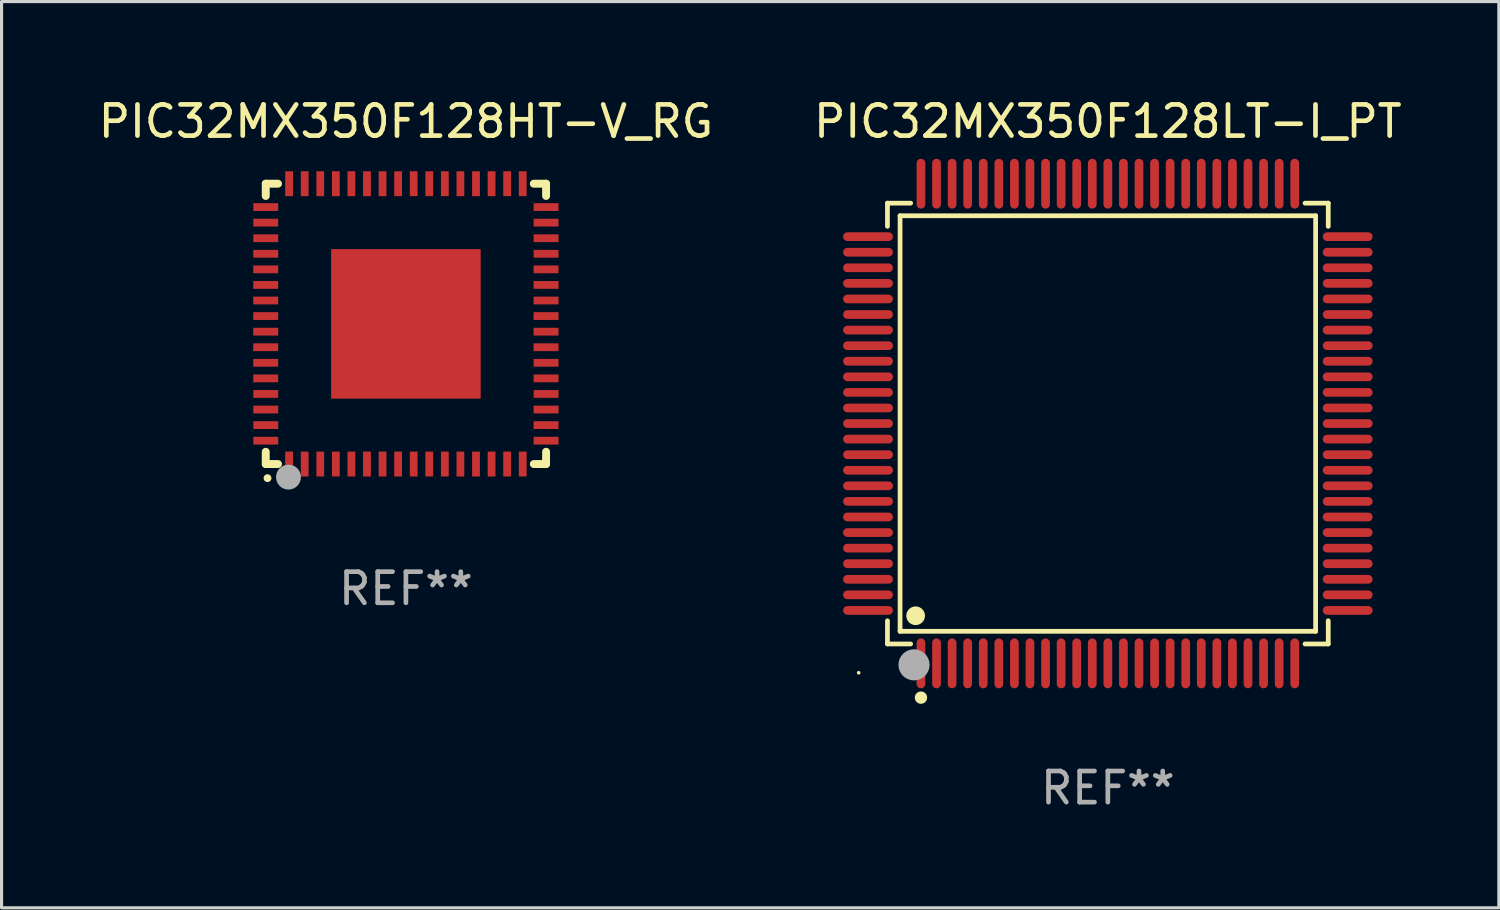
<source format=kicad_pcb>
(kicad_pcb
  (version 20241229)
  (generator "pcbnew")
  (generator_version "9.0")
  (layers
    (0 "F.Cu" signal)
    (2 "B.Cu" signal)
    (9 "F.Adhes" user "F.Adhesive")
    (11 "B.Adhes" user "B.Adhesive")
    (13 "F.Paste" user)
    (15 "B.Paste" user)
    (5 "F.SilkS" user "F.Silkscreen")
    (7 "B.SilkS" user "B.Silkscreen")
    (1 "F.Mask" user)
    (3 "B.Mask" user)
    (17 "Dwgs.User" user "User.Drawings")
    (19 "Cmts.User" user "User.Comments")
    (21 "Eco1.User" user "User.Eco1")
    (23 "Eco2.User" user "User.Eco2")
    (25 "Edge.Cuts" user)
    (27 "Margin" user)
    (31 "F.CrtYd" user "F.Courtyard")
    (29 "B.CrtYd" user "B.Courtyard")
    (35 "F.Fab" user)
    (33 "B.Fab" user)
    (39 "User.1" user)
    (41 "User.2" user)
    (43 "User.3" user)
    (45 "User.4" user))
  (footprint "PIC32MX350F128HT-V_RG"
    (layer "F.Cu")
    (at 9.982 7.348)
    (property "Reference" "PIC32MX350F128HT-V_RG" (at 0 -6.5 0) (layer "F.SilkS") (effects (font (size 1 1) (thickness 0.15))))
    (attr through_hole)
    (fp_line (start -4.5 -4.5) (end -4.106 -4.5) (stroke (width 0.254) (type solid)) (layer "F.SilkS"))
    (fp_line (start -4.5 -4.106) (end -4.5 -4.5) (stroke (width 0.254) (type solid)) (layer "F.SilkS"))
    (fp_line (start -4.5 4.5) (end -4.5 4.106) (stroke (width 0.254) (type solid)) (layer "F.SilkS"))
    (fp_line (start -4.106 4.5) (end -4.5 4.5) (stroke (width 0.254) (type solid)) (layer "F.SilkS"))
    (fp_line (start 4.106 -4.5) (end 4.5 -4.5) (stroke (width 0.254) (type solid)) (layer "F.SilkS"))
    (fp_line (start 4.5 -4.5) (end 4.5 -4.106) (stroke (width 0.254) (type solid)) (layer "F.SilkS"))
    (fp_line (start 4.5 4.106) (end 4.5 4.5) (stroke (width 0.254) (type solid)) (layer "F.SilkS"))
    (fp_line (start 4.5 4.5) (end 4.106 4.5) (stroke (width 0.254) (type solid)) (layer "F.SilkS"))
    (fp_arc (start -4.444945 4.953073) (mid -4.443675 4.953067) (end -4.442405 4.953073) (stroke (width 0.24892) (type solid)) (layer "F.SilkS"))
    (fp_circle (center -4.5 4.5) (end -4.47 4.5) (stroke (width 0.06) (type solid)) (fill no) (layer "F.SilkS"))
    (fp_circle (center -3.77 4.92) (end -3.57 4.92) (stroke (width 0.4) (type solid)) (fill no) (layer "F.Fab"))
    (fp_text user "REF**" (at 0 8.5 0) (layer "F.Fab") (effects (font (size 1 1) (thickness 0.15))))
    (pad "1" smd rect (at -3.75 4.5 90) (size 0.8 0.25) (layers "F.Cu" "F.Mask" "F.Paste"))
    (pad "2" smd rect (at -3.25 4.5 90) (size 0.8 0.25) (layers "F.Cu" "F.Mask" "F.Paste"))
    (pad "3" smd rect (at -2.75 4.5 90) (size 0.8 0.25) (layers "F.Cu" "F.Mask" "F.Paste"))
    (pad "4" smd rect (at -2.25 4.5 90) (size 0.8 0.25) (layers "F.Cu" "F.Mask" "F.Paste"))
    (pad "5" smd rect (at -1.75 4.5 90) (size 0.8 0.25) (layers "F.Cu" "F.Mask" "F.Paste"))
    (pad "6" smd rect (at -1.25 4.5 90) (size 0.8 0.25) (layers "F.Cu" "F.Mask" "F.Paste"))
    (pad "7" smd rect (at -0.75 4.5 90) (size 0.8 0.25) (layers "F.Cu" "F.Mask" "F.Paste"))
    (pad "8" smd rect (at -0.25 4.5 90) (size 0.8 0.25) (layers "F.Cu" "F.Mask" "F.Paste"))
    (pad "9" smd rect (at 0.25 4.5 90) (size 0.8 0.25) (layers "F.Cu" "F.Mask" "F.Paste"))
    (pad "10" smd rect (at 0.75 4.5 90) (size 0.8 0.25) (layers "F.Cu" "F.Mask" "F.Paste"))
    (pad "11" smd rect (at 1.25 4.5 90) (size 0.8 0.25) (layers "F.Cu" "F.Mask" "F.Paste"))
    (pad "12" smd rect (at 1.75 4.5 90) (size 0.8 0.25) (layers "F.Cu" "F.Mask" "F.Paste"))
    (pad "13" smd rect (at 2.25 4.5 90) (size 0.8 0.25) (layers "F.Cu" "F.Mask" "F.Paste"))
    (pad "14" smd rect (at 2.75 4.5 90) (size 0.8 0.25) (layers "F.Cu" "F.Mask" "F.Paste"))
    (pad "15" smd rect (at 3.25 4.5 90) (size 0.8 0.25) (layers "F.Cu" "F.Mask" "F.Paste"))
    (pad "16" smd rect (at 3.75 4.5 90) (size 0.8 0.25) (layers "F.Cu" "F.Mask" "F.Paste"))
    (pad "17" smd rect (at 4.5 3.75) (size 0.8 0.25) (layers "F.Cu" "F.Mask" "F.Paste"))
    (pad "18" smd rect (at 4.5 3.25) (size 0.8 0.25) (layers "F.Cu" "F.Mask" "F.Paste"))
    (pad "19" smd rect (at 4.5 2.75) (size 0.8 0.25) (layers "F.Cu" "F.Mask" "F.Paste"))
    (pad "20" smd rect (at 4.5 2.25) (size 0.8 0.25) (layers "F.Cu" "F.Mask" "F.Paste"))
    (pad "21" smd rect (at 4.5 1.75) (size 0.8 0.25) (layers "F.Cu" "F.Mask" "F.Paste"))
    (pad "22" smd rect (at 4.5 1.25) (size 0.8 0.25) (layers "F.Cu" "F.Mask" "F.Paste"))
    (pad "23" smd rect (at 4.5 0.75) (size 0.8 0.25) (layers "F.Cu" "F.Mask" "F.Paste"))
    (pad "24" smd rect (at 4.5 0.25) (size 0.8 0.25) (layers "F.Cu" "F.Mask" "F.Paste"))
    (pad "25" smd rect (at 4.5 -0.25) (size 0.8 0.25) (layers "F.Cu" "F.Mask" "F.Paste"))
    (pad "26" smd rect (at 4.5 -0.75) (size 0.8 0.25) (layers "F.Cu" "F.Mask" "F.Paste"))
    (pad "27" smd rect (at 4.5 -1.25) (size 0.8 0.25) (layers "F.Cu" "F.Mask" "F.Paste"))
    (pad "28" smd rect (at 4.5 -1.75) (size 0.8 0.25) (layers "F.Cu" "F.Mask" "F.Paste"))
    (pad "29" smd rect (at 4.5 -2.25) (size 0.8 0.25) (layers "F.Cu" "F.Mask" "F.Paste"))
    (pad "30" smd rect (at 4.5 -2.75) (size 0.8 0.25) (layers "F.Cu" "F.Mask" "F.Paste"))
    (pad "31" smd rect (at 4.5 -3.25) (size 0.8 0.25) (layers "F.Cu" "F.Mask" "F.Paste"))
    (pad "32" smd rect (at 4.5 -3.75) (size 0.8 0.25) (layers "F.Cu" "F.Mask" "F.Paste"))
    (pad "33" smd rect (at 3.75 -4.5 90) (size 0.8 0.25) (layers "F.Cu" "F.Mask" "F.Paste"))
    (pad "34" smd rect (at 3.25 -4.5 90) (size 0.8 0.25) (layers "F.Cu" "F.Mask" "F.Paste"))
    (pad "35" smd rect (at 2.75 -4.5 90) (size 0.8 0.25) (layers "F.Cu" "F.Mask" "F.Paste"))
    (pad "36" smd rect (at 2.25 -4.5 90) (size 0.8 0.25) (layers "F.Cu" "F.Mask" "F.Paste"))
    (pad "37" smd rect (at 1.75 -4.5 90) (size 0.8 0.25) (layers "F.Cu" "F.Mask" "F.Paste"))
    (pad "38" smd rect (at 1.25 -4.5 90) (size 0.8 0.25) (layers "F.Cu" "F.Mask" "F.Paste"))
    (pad "39" smd rect (at 0.75 -4.5 90) (size 0.8 0.25) (layers "F.Cu" "F.Mask" "F.Paste"))
    (pad "40" smd rect (at 0.25 -4.5 90) (size 0.8 0.25) (layers "F.Cu" "F.Mask" "F.Paste"))
    (pad "41" smd rect (at -0.25 -4.5 90) (size 0.8 0.25) (layers "F.Cu" "F.Mask" "F.Paste"))
    (pad "42" smd rect (at -0.75 -4.5 90) (size 0.8 0.25) (layers "F.Cu" "F.Mask" "F.Paste"))
    (pad "43" smd rect (at -1.25 -4.5 90) (size 0.8 0.25) (layers "F.Cu" "F.Mask" "F.Paste"))
    (pad "44" smd rect (at -1.75 -4.5 90) (size 0.8 0.25) (layers "F.Cu" "F.Mask" "F.Paste"))
    (pad "45" smd rect (at -2.25 -4.5 90) (size 0.8 0.25) (layers "F.Cu" "F.Mask" "F.Paste"))
    (pad "46" smd rect (at -2.75 -4.5 90) (size 0.8 0.25) (layers "F.Cu" "F.Mask" "F.Paste"))
    (pad "47" smd rect (at -3.25 -4.5 90) (size 0.8 0.25) (layers "F.Cu" "F.Mask" "F.Paste"))
    (pad "48" smd rect (at -3.75 -4.5 90) (size 0.8 0.25) (layers "F.Cu" "F.Mask" "F.Paste"))
    (pad "49" smd rect (at -4.5 -3.75) (size 0.8 0.25) (layers "F.Cu" "F.Mask" "F.Paste"))
    (pad "50" smd rect (at -4.5 -3.25) (size 0.8 0.25) (layers "F.Cu" "F.Mask" "F.Paste"))
    (pad "51" smd rect (at -4.5 -2.75) (size 0.8 0.25) (layers "F.Cu" "F.Mask" "F.Paste"))
    (pad "52" smd rect (at -4.5 -2.25) (size 0.8 0.25) (layers "F.Cu" "F.Mask" "F.Paste"))
    (pad "53" smd rect (at -4.5 -1.75) (size 0.8 0.25) (layers "F.Cu" "F.Mask" "F.Paste"))
    (pad "54" smd rect (at -4.5 -1.25) (size 0.8 0.25) (layers "F.Cu" "F.Mask" "F.Paste"))
    (pad "55" smd rect (at -4.5 -0.75) (size 0.8 0.25) (layers "F.Cu" "F.Mask" "F.Paste"))
    (pad "56" smd rect (at -4.5 -0.25) (size 0.8 0.25) (layers "F.Cu" "F.Mask" "F.Paste"))
    (pad "57" smd rect (at -4.5 0.25) (size 0.8 0.25) (layers "F.Cu" "F.Mask" "F.Paste"))
    (pad "58" smd rect (at -4.5 0.75) (size 0.8 0.25) (layers "F.Cu" "F.Mask" "F.Paste"))
    (pad "59" smd rect (at -4.5 1.25) (size 0.8 0.25) (layers "F.Cu" "F.Mask" "F.Paste"))
    (pad "60" smd rect (at -4.5 1.75) (size 0.8 0.25) (layers "F.Cu" "F.Mask" "F.Paste"))
    (pad "61" smd rect (at -4.5 2.25) (size 0.8 0.25) (layers "F.Cu" "F.Mask" "F.Paste"))
    (pad "62" smd rect (at -4.5 2.75) (size 0.8 0.25) (layers "F.Cu" "F.Mask" "F.Paste"))
    (pad "63" smd rect (at -4.5 3.25) (size 0.8 0.25) (layers "F.Cu" "F.Mask" "F.Paste"))
    (pad "64" smd rect (at -4.5 3.75) (size 0.8 0.25) (layers "F.Cu" "F.Mask" "F.Paste"))
    (pad "65" smd rect (at 0.000191 -0.000064) (size 4.8 4.8) (layers "F.Cu" "F.Mask" "F.Paste")))
  (footprint "PIC32MX350F128LT-I_PT"
    (layer "F.Cu")
    (at 32.518 10.548)
    (property "Reference" "PIC32MX350F128LT-I_PT" (at 0 -9.7 0) (layer "F.SilkS") (effects (font (size 1 1) (thickness 0.15))))
    (attr through_hole)
    (fp_line (start -7.076 -7.076) (end -6.331 -7.076) (stroke (width 0.152) (type solid)) (layer "F.SilkS"))
    (fp_line (start -7.076 -6.331) (end -7.076 -7.076) (stroke (width 0.152) (type solid)) (layer "F.SilkS"))
    (fp_line (start -7.076 6.331) (end -7.076 7.076) (stroke (width 0.152) (type solid)) (layer "F.SilkS"))
    (fp_line (start -7.076 7.076) (end -6.331 7.076) (stroke (width 0.152) (type solid)) (layer "F.SilkS"))
    (fp_line (start -6.671 -6.671) (end 6.671 -6.671) (stroke (width 0.152) (type solid)) (layer "F.SilkS"))
    (fp_line (start -6.671 6.671) (end -6.671 -6.671) (stroke (width 0.152) (type solid)) (layer "F.SilkS"))
    (fp_line (start 6.671 -6.671) (end 6.671 6.671) (stroke (width 0.152) (type solid)) (layer "F.SilkS"))
    (fp_line (start 6.671 6.671) (end -6.671 6.671) (stroke (width 0.152) (type solid)) (layer "F.SilkS"))
    (fp_line (start 7.076 -7.076) (end 6.331 -7.076) (stroke (width 0.152) (type solid)) (layer "F.SilkS"))
    (fp_line (start 7.076 -6.331) (end 7.076 -7.076) (stroke (width 0.152) (type solid)) (layer "F.SilkS"))
    (fp_line (start 7.076 6.331) (end 7.076 7.076) (stroke (width 0.152) (type solid)) (layer "F.SilkS"))
    (fp_line (start 7.076 7.076) (end 6.331 7.076) (stroke (width 0.152) (type solid)) (layer "F.SilkS"))
    (fp_circle (center -8 8) (end -7.97 8) (stroke (width 0.06) (type solid)) (fill no) (layer "F.SilkS"))
    (fp_circle (center -6.171 6.171) (end -6.021 6.171) (stroke (width 0.3) (type solid)) (fill no) (layer "F.SilkS"))
    (fp_circle (center -6 8.8) (end -5.9 8.8) (stroke (width 0.2) (type solid)) (fill no) (layer "F.SilkS"))
    (fp_circle (center -6.223 7.747) (end -5.973 7.747) (stroke (width 0.5) (type solid)) (fill no) (layer "F.Fab"))
    (fp_text user "REF**" (at 0 11.7 0) (layer "F.Fab") (effects (font (size 1 1) (thickness 0.15))))
    (pad "1" smd oval (at -6 7.7) (size 0.28 1.6) (layers "F.Cu" "F.Mask" "F.Paste"))
    (pad "2" smd oval (at -5.5 7.7) (size 0.28 1.6) (layers "F.Cu" "F.Mask" "F.Paste"))
    (pad "3" smd oval (at -5 7.7) (size 0.28 1.6) (layers "F.Cu" "F.Mask" "F.Paste"))
    (pad "4" smd oval (at -4.5 7.7) (size 0.28 1.6) (layers "F.Cu" "F.Mask" "F.Paste"))
    (pad "5" smd oval (at -4 7.7) (size 0.28 1.6) (layers "F.Cu" "F.Mask" "F.Paste"))
    (pad "6" smd oval (at -3.5 7.7) (size 0.28 1.6) (layers "F.Cu" "F.Mask" "F.Paste"))
    (pad "7" smd oval (at -3 7.7) (size 0.28 1.6) (layers "F.Cu" "F.Mask" "F.Paste"))
    (pad "8" smd oval (at -2.5 7.7) (size 0.28 1.6) (layers "F.Cu" "F.Mask" "F.Paste"))
    (pad "9" smd oval (at -2 7.7) (size 0.28 1.6) (layers "F.Cu" "F.Mask" "F.Paste"))
    (pad "10" smd oval (at -1.5 7.7) (size 0.28 1.6) (layers "F.Cu" "F.Mask" "F.Paste"))
    (pad "11" smd oval (at -1 7.7) (size 0.28 1.6) (layers "F.Cu" "F.Mask" "F.Paste"))
    (pad "12" smd oval (at -0.5 7.7) (size 0.28 1.6) (layers "F.Cu" "F.Mask" "F.Paste"))
    (pad "13" smd oval (at 0 7.7) (size 0.28 1.6) (layers "F.Cu" "F.Mask" "F.Paste"))
    (pad "14" smd oval (at 0.5 7.7) (size 0.28 1.6) (layers "F.Cu" "F.Mask" "F.Paste"))
    (pad "15" smd oval (at 1 7.7) (size 0.28 1.6) (layers "F.Cu" "F.Mask" "F.Paste"))
    (pad "16" smd oval (at 1.5 7.7) (size 0.28 1.6) (layers "F.Cu" "F.Mask" "F.Paste"))
    (pad "17" smd oval (at 2 7.7) (size 0.28 1.6) (layers "F.Cu" "F.Mask" "F.Paste"))
    (pad "18" smd oval (at 2.5 7.7) (size 0.28 1.6) (layers "F.Cu" "F.Mask" "F.Paste"))
    (pad "19" smd oval (at 3 7.7) (size 0.28 1.6) (layers "F.Cu" "F.Mask" "F.Paste"))
    (pad "20" smd oval (at 3.5 7.7) (size 0.28 1.6) (layers "F.Cu" "F.Mask" "F.Paste"))
    (pad "21" smd oval (at 4 7.7) (size 0.28 1.6) (layers "F.Cu" "F.Mask" "F.Paste"))
    (pad "22" smd oval (at 4.5 7.7) (size 0.28 1.6) (layers "F.Cu" "F.Mask" "F.Paste"))
    (pad "23" smd oval (at 5 7.7) (size 0.28 1.6) (layers "F.Cu" "F.Mask" "F.Paste"))
    (pad "24" smd oval (at 5.5 7.7) (size 0.28 1.6) (layers "F.Cu" "F.Mask" "F.Paste"))
    (pad "25" smd oval (at 6 7.7) (size 0.28 1.6) (layers "F.Cu" "F.Mask" "F.Paste"))
    (pad "26" smd oval (at 7.7 6) (size 1.6 0.28) (layers "F.Cu" "F.Mask" "F.Paste"))
    (pad "27" smd oval (at 7.7 5.5) (size 1.6 0.28) (layers "F.Cu" "F.Mask" "F.Paste"))
    (pad "28" smd oval (at 7.7 5) (size 1.6 0.28) (layers "F.Cu" "F.Mask" "F.Paste"))
    (pad "29" smd oval (at 7.7 4.5) (size 1.6 0.28) (layers "F.Cu" "F.Mask" "F.Paste"))
    (pad "30" smd oval (at 7.7 4) (size 1.6 0.28) (layers "F.Cu" "F.Mask" "F.Paste"))
    (pad "31" smd oval (at 7.7 3.5) (size 1.6 0.28) (layers "F.Cu" "F.Mask" "F.Paste"))
    (pad "32" smd oval (at 7.7 3) (size 1.6 0.28) (layers "F.Cu" "F.Mask" "F.Paste"))
    (pad "33" smd oval (at 7.7 2.5) (size 1.6 0.28) (layers "F.Cu" "F.Mask" "F.Paste"))
    (pad "34" smd oval (at 7.7 2) (size 1.6 0.28) (layers "F.Cu" "F.Mask" "F.Paste"))
    (pad "35" smd oval (at 7.7 1.5) (size 1.6 0.28) (layers "F.Cu" "F.Mask" "F.Paste"))
    (pad "36" smd oval (at 7.7 1) (size 1.6 0.28) (layers "F.Cu" "F.Mask" "F.Paste"))
    (pad "37" smd oval (at 7.7 0.5) (size 1.6 0.28) (layers "F.Cu" "F.Mask" "F.Paste"))
    (pad "38" smd oval (at 7.7 0) (size 1.6 0.28) (layers "F.Cu" "F.Mask" "F.Paste"))
    (pad "39" smd oval (at 7.7 -0.5) (size 1.6 0.28) (layers "F.Cu" "F.Mask" "F.Paste"))
    (pad "40" smd oval (at 7.7 -1) (size 1.6 0.28) (layers "F.Cu" "F.Mask" "F.Paste"))
    (pad "41" smd oval (at 7.7 -1.5) (size 1.6 0.28) (layers "F.Cu" "F.Mask" "F.Paste"))
    (pad "42" smd oval (at 7.7 -2) (size 1.6 0.28) (layers "F.Cu" "F.Mask" "F.Paste"))
    (pad "43" smd oval (at 7.7 -2.5) (size 1.6 0.28) (layers "F.Cu" "F.Mask" "F.Paste"))
    (pad "44" smd oval (at 7.7 -3) (size 1.6 0.28) (layers "F.Cu" "F.Mask" "F.Paste"))
    (pad "45" smd oval (at 7.7 -3.5) (size 1.6 0.28) (layers "F.Cu" "F.Mask" "F.Paste"))
    (pad "46" smd oval (at 7.7 -4) (size 1.6 0.28) (layers "F.Cu" "F.Mask" "F.Paste"))
    (pad "47" smd oval (at 7.7 -4.5) (size 1.6 0.28) (layers "F.Cu" "F.Mask" "F.Paste"))
    (pad "48" smd oval (at 7.7 -5) (size 1.6 0.28) (layers "F.Cu" "F.Mask" "F.Paste"))
    (pad "49" smd oval (at 7.7 -5.5) (size 1.6 0.28) (layers "F.Cu" "F.Mask" "F.Paste"))
    (pad "50" smd oval (at 7.7 -6) (size 1.6 0.28) (layers "F.Cu" "F.Mask" "F.Paste"))
    (pad "51" smd oval (at 6 -7.7) (size 0.28 1.6) (layers "F.Cu" "F.Mask" "F.Paste"))
    (pad "52" smd oval (at 5.5 -7.7) (size 0.28 1.6) (layers "F.Cu" "F.Mask" "F.Paste"))
    (pad "53" smd oval (at 5 -7.7) (size 0.28 1.6) (layers "F.Cu" "F.Mask" "F.Paste"))
    (pad "54" smd oval (at 4.5 -7.7) (size 0.28 1.6) (layers "F.Cu" "F.Mask" "F.Paste"))
    (pad "55" smd oval (at 4 -7.7) (size 0.28 1.6) (layers "F.Cu" "F.Mask" "F.Paste"))
    (pad "56" smd oval (at 3.5 -7.7) (size 0.28 1.6) (layers "F.Cu" "F.Mask" "F.Paste"))
    (pad "57" smd oval (at 3 -7.7) (size 0.28 1.6) (layers "F.Cu" "F.Mask" "F.Paste"))
    (pad "58" smd oval (at 2.5 -7.7) (size 0.28 1.6) (layers "F.Cu" "F.Mask" "F.Paste"))
    (pad "59" smd oval (at 2 -7.7) (size 0.28 1.6) (layers "F.Cu" "F.Mask" "F.Paste"))
    (pad "60" smd oval (at 1.5 -7.7) (size 0.28 1.6) (layers "F.Cu" "F.Mask" "F.Paste"))
    (pad "61" smd oval (at 1 -7.7) (size 0.28 1.6) (layers "F.Cu" "F.Mask" "F.Paste"))
    (pad "62" smd oval (at 0.5 -7.7) (size 0.28 1.6) (layers "F.Cu" "F.Mask" "F.Paste"))
    (pad "63" smd oval (at 0 -7.7) (size 0.28 1.6) (layers "F.Cu" "F.Mask" "F.Paste"))
    (pad "64" smd oval (at -0.5 -7.7) (size 0.28 1.6) (layers "F.Cu" "F.Mask" "F.Paste"))
    (pad "65" smd oval (at -1 -7.7) (size 0.28 1.6) (layers "F.Cu" "F.Mask" "F.Paste"))
    (pad "66" smd oval (at -1.5 -7.7) (size 0.28 1.6) (layers "F.Cu" "F.Mask" "F.Paste"))
    (pad "67" smd oval (at -2 -7.7) (size 0.28 1.6) (layers "F.Cu" "F.Mask" "F.Paste"))
    (pad "68" smd oval (at -2.5 -7.7) (size 0.28 1.6) (layers "F.Cu" "F.Mask" "F.Paste"))
    (pad "69" smd oval (at -3 -7.7) (size 0.28 1.6) (layers "F.Cu" "F.Mask" "F.Paste"))
    (pad "70" smd oval (at -3.5 -7.7) (size 0.28 1.6) (layers "F.Cu" "F.Mask" "F.Paste"))
    (pad "71" smd oval (at -4 -7.7) (size 0.28 1.6) (layers "F.Cu" "F.Mask" "F.Paste"))
    (pad "72" smd oval (at -4.5 -7.7) (size 0.28 1.6) (layers "F.Cu" "F.Mask" "F.Paste"))
    (pad "73" smd oval (at -5 -7.7) (size 0.28 1.6) (layers "F.Cu" "F.Mask" "F.Paste"))
    (pad "74" smd oval (at -5.5 -7.7) (size 0.28 1.6) (layers "F.Cu" "F.Mask" "F.Paste"))
    (pad "75" smd oval (at -6 -7.7) (size 0.28 1.6) (layers "F.Cu" "F.Mask" "F.Paste"))
    (pad "76" smd oval (at -7.7 -6) (size 1.6 0.28) (layers "F.Cu" "F.Mask" "F.Paste"))
    (pad "77" smd oval (at -7.7 -5.5) (size 1.6 0.28) (layers "F.Cu" "F.Mask" "F.Paste"))
    (pad "78" smd oval (at -7.7 -5) (size 1.6 0.28) (layers "F.Cu" "F.Mask" "F.Paste"))
    (pad "79" smd oval (at -7.7 -4.5) (size 1.6 0.28) (layers "F.Cu" "F.Mask" "F.Paste"))
    (pad "80" smd oval (at -7.7 -4) (size 1.6 0.28) (layers "F.Cu" "F.Mask" "F.Paste"))
    (pad "81" smd oval (at -7.7 -3.5) (size 1.6 0.28) (layers "F.Cu" "F.Mask" "F.Paste"))
    (pad "82" smd oval (at -7.7 -3) (size 1.6 0.28) (layers "F.Cu" "F.Mask" "F.Paste"))
    (pad "83" smd oval (at -7.7 -2.5) (size 1.6 0.28) (layers "F.Cu" "F.Mask" "F.Paste"))
    (pad "84" smd oval (at -7.7 -2) (size 1.6 0.28) (layers "F.Cu" "F.Mask" "F.Paste"))
    (pad "85" smd oval (at -7.7 -1.5) (size 1.6 0.28) (layers "F.Cu" "F.Mask" "F.Paste"))
    (pad "86" smd oval (at -7.7 -1) (size 1.6 0.28) (layers "F.Cu" "F.Mask" "F.Paste"))
    (pad "87" smd oval (at -7.7 -0.5) (size 1.6 0.28) (layers "F.Cu" "F.Mask" "F.Paste"))
    (pad "88" smd oval (at -7.7 0) (size 1.6 0.28) (layers "F.Cu" "F.Mask" "F.Paste"))
    (pad "89" smd oval (at -7.7 0.5) (size 1.6 0.28) (layers "F.Cu" "F.Mask" "F.Paste"))
    (pad "90" smd oval (at -7.7 1) (size 1.6 0.28) (layers "F.Cu" "F.Mask" "F.Paste"))
    (pad "91" smd oval (at -7.7 1.5) (size 1.6 0.28) (layers "F.Cu" "F.Mask" "F.Paste"))
    (pad "92" smd oval (at -7.7 2) (size 1.6 0.28) (layers "F.Cu" "F.Mask" "F.Paste"))
    (pad "93" smd oval (at -7.7 2.5) (size 1.6 0.28) (layers "F.Cu" "F.Mask" "F.Paste"))
    (pad "94" smd oval (at -7.7 3) (size 1.6 0.28) (layers "F.Cu" "F.Mask" "F.Paste"))
    (pad "95" smd oval (at -7.7 3.5) (size 1.6 0.28) (layers "F.Cu" "F.Mask" "F.Paste"))
    (pad "96" smd oval (at -7.7 4) (size 1.6 0.28) (layers "F.Cu" "F.Mask" "F.Paste"))
    (pad "97" smd oval (at -7.7 4.5) (size 1.6 0.28) (layers "F.Cu" "F.Mask" "F.Paste"))
    (pad "98" smd oval (at -7.7 5) (size 1.6 0.28) (layers "F.Cu" "F.Mask" "F.Paste"))
    (pad "99" smd oval (at -7.7 5.5) (size 1.6 0.28) (layers "F.Cu" "F.Mask" "F.Paste"))
    (pad "100" smd oval (at -7.7 6) (size 1.6 0.28) (layers "F.Cu" "F.Mask" "F.Paste")))
  (gr_rect
    (start -3 -3)
    (end 45.071 26.097)
    (stroke (width 0.1) (type default))
    (fill no)
    (layer "Edge.Cuts")))
</source>
